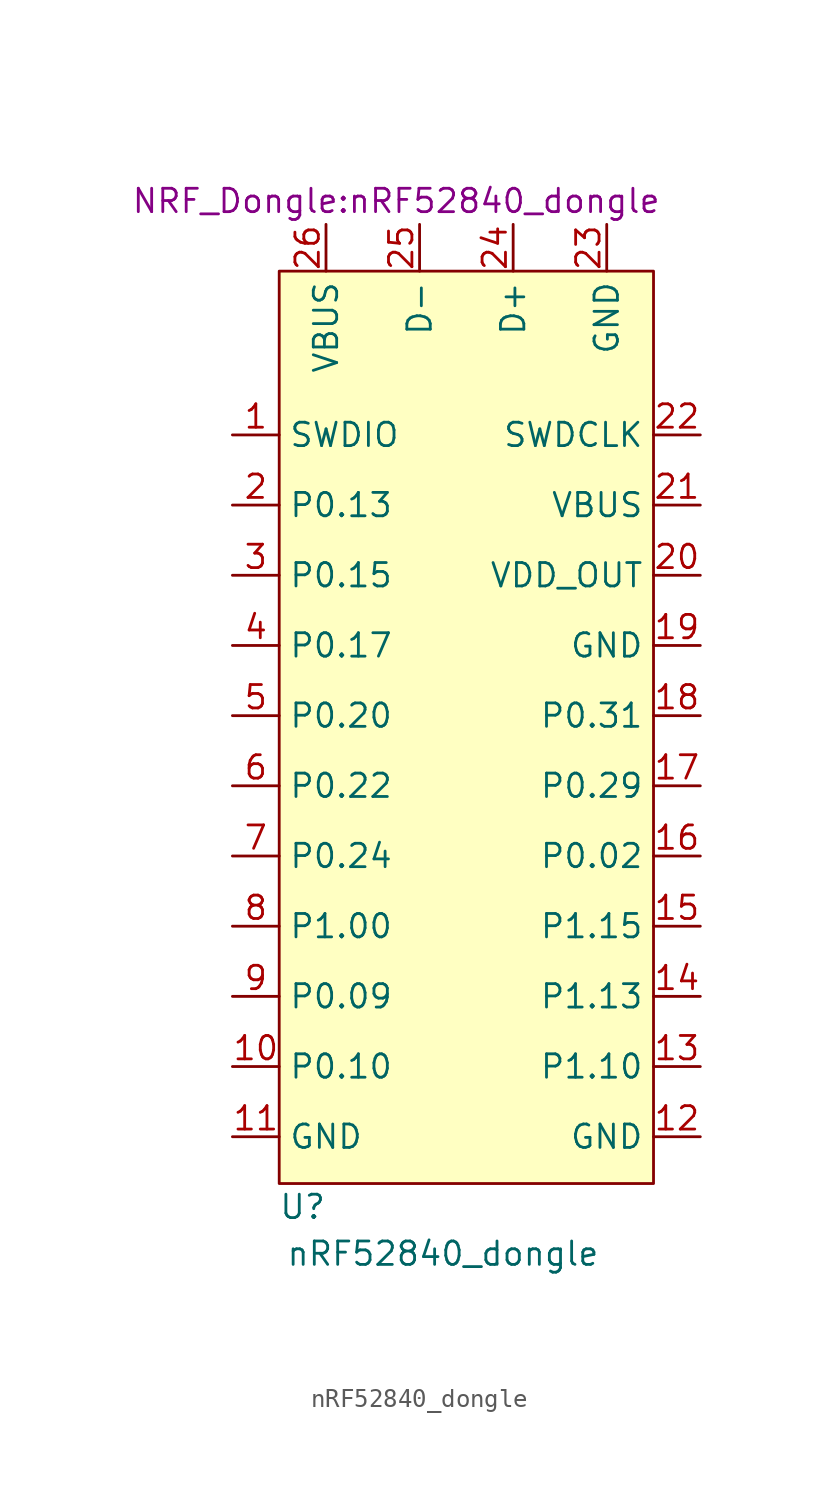
<source format=kicad_sym>
(kicad_symbol_lib
  (version 20211014)
  (generator kicad_symbol_editor)
  (symbol "nRF52840_dongle"
    (property "Reference" "U"
      (at -8.89 -26.67 0)
      (effects (font (size 1.27 1.27))))
    (property "Value" "nRF52840_dongle"
      (at -1.27 -29.21 0)
      (effects (font (size 1.27 1.27))))
    (property "Footprint" "NRF_Dongle:nRF52840_dongle"
      (at -3.81 27.94 0)
      (effects (font (size 1.27 1.27))))
    (symbol "nRF52840_dongle_0_1"
      (rectangle (start -10.16 24.13) (end 10.16 -25.4) (stroke (width 0) (type default) (color 0 0 0 0)) (fill (type background))))
    (symbol "nRF52840_dongle_1_1"
      (pin bidirectional line (at -12.7 15.24 0) (length 2.54) (name "SWDIO" (effects (font (size 1.27 1.27)))) (number "1" (effects (font (size 1.27 1.27)))))
      (pin bidirectional line (at -12.7 -19.05 0) (length 2.54) (name "P0.10" (effects (font (size 1.27 1.27)))) (number "10" (effects (font (size 1.27 1.27)))))
      (pin power_out line (at -12.7 -22.86 0) (length 2.54) (name "GND" (effects (font (size 1.27 1.27)))) (number "11" (effects (font (size 1.27 1.27)))))
      (pin power_out line (at 12.7 -22.86 180) (length 2.54) (name "GND" (effects (font (size 1.27 1.27)))) (number "12" (effects (font (size 1.27 1.27)))))
      (pin bidirectional line (at 12.7 -19.05 180) (length 2.54) (name "P1.10" (effects (font (size 1.27 1.27)))) (number "13" (effects (font (size 1.27 1.27)))))
      (pin bidirectional line (at 12.7 -15.24 180) (length 2.54) (name "P1.13" (effects (font (size 1.27 1.27)))) (number "14" (effects (font (size 1.27 1.27)))))
      (pin bidirectional line (at 12.7 -11.43 180) (length 2.54) (name "P1.15" (effects (font (size 1.27 1.27)))) (number "15" (effects (font (size 1.27 1.27)))))
      (pin bidirectional line (at 12.7 -7.62 180) (length 2.54) (name "P0.02" (effects (font (size 1.27 1.27)))) (number "16" (effects (font (size 1.27 1.27)))))
      (pin bidirectional line (at 12.7 -3.81 180) (length 2.54) (name "P0.29" (effects (font (size 1.27 1.27)))) (number "17" (effects (font (size 1.27 1.27)))))
      (pin bidirectional line (at 12.7 0 180) (length 2.54) (name "P0.31" (effects (font (size 1.27 1.27)))) (number "18" (effects (font (size 1.27 1.27)))))
      (pin power_in line (at 12.7 3.81 180) (length 2.54) (name "GND" (effects (font (size 1.27 1.27)))) (number "19" (effects (font (size 1.27 1.27)))))
      (pin bidirectional line (at -12.7 11.43 0) (length 2.54) (name "P0.13" (effects (font (size 1.27 1.27)))) (number "2" (effects (font (size 1.27 1.27)))))
      (pin power_out line (at 12.7 7.62 180) (length 2.54) (name "VDD_OUT" (effects (font (size 1.27 1.27)))) (number "20" (effects (font (size 1.27 1.27)))))
      (pin power_in line (at 12.7 11.43 180) (length 2.54) (name "VBUS" (effects (font (size 1.27 1.27)))) (number "21" (effects (font (size 1.27 1.27)))))
      (pin input line (at 12.7 15.24 180) (length 2.54) (name "SWDCLK" (effects (font (size 1.27 1.27)))) (number "22" (effects (font (size 1.27 1.27)))))
      (pin power_in line (at 7.62 26.67 270) (length 2.54) (name "GND" (effects (font (size 1.27 1.27)))) (number "23" (effects (font (size 1.27 1.27)))))
      (pin bidirectional line (at 2.54 26.67 270) (length 2.54) (name "D+" (effects (font (size 1.27 1.27)))) (number "24" (effects (font (size 1.27 1.27)))))
      (pin bidirectional line (at -2.54 26.67 270) (length 2.54) (name "D-" (effects (font (size 1.27 1.27)))) (number "25" (effects (font (size 1.27 1.27)))))
      (pin power_in line (at -7.62 26.67 270) (length 2.54) (name "VBUS" (effects (font (size 1.27 1.27)))) (number "26" (effects (font (size 1.27 1.27)))))
      (pin bidirectional line (at -12.7 7.62 0) (length 2.54) (name "P0.15" (effects (font (size 1.27 1.27)))) (number "3" (effects (font (size 1.27 1.27)))))
      (pin bidirectional line (at -12.7 3.81 0) (length 2.54) (name "P0.17" (effects (font (size 1.27 1.27)))) (number "4" (effects (font (size 1.27 1.27)))))
      (pin bidirectional line (at -12.7 0 0) (length 2.54) (name "P0.20" (effects (font (size 1.27 1.27)))) (number "5" (effects (font (size 1.27 1.27)))))
      (pin bidirectional line (at -12.7 -3.81 0) (length 2.54) (name "P0.22" (effects (font (size 1.27 1.27)))) (number "6" (effects (font (size 1.27 1.27)))))
      (pin bidirectional line (at -12.7 -7.62 0) (length 2.54) (name "P0.24" (effects (font (size 1.27 1.27)))) (number "7" (effects (font (size 1.27 1.27)))))
      (pin bidirectional line (at -12.7 -11.43 0) (length 2.54) (name "P1.00" (effects (font (size 1.27 1.27)))) (number "8" (effects (font (size 1.27 1.27)))))
      (pin bidirectional line (at -12.7 -15.24 0) (length 2.54) (name "P0.09" (effects (font (size 1.27 1.27)))) (number "9" (effects (font (size 1.27 1.27))))))))
</source>
